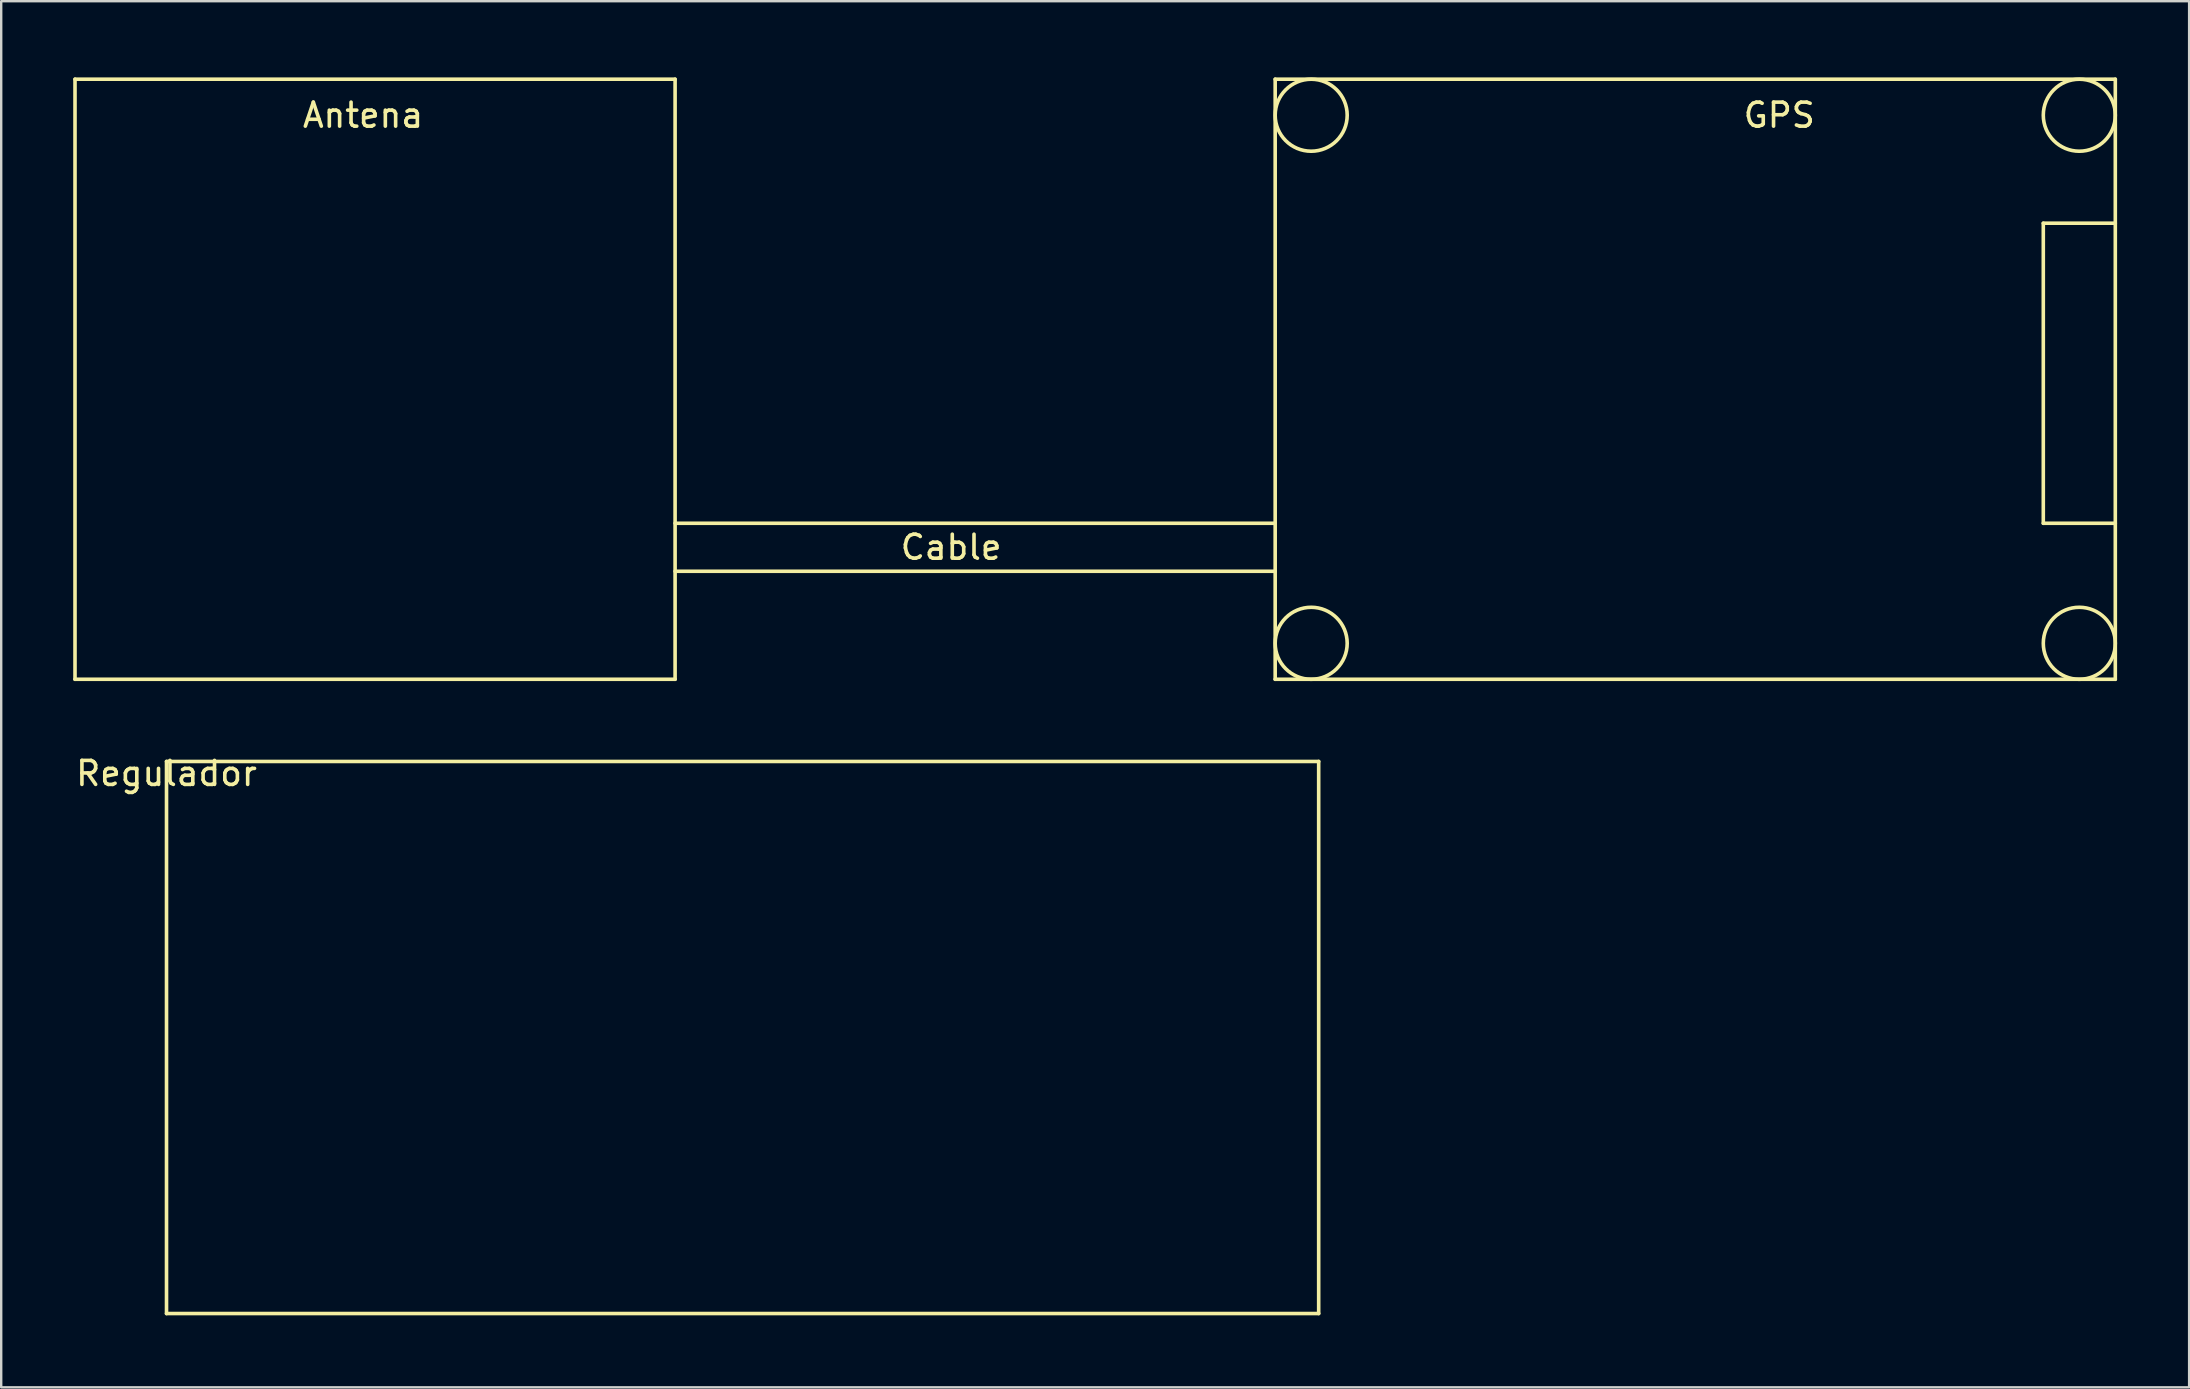
<source format=kicad_pcb>
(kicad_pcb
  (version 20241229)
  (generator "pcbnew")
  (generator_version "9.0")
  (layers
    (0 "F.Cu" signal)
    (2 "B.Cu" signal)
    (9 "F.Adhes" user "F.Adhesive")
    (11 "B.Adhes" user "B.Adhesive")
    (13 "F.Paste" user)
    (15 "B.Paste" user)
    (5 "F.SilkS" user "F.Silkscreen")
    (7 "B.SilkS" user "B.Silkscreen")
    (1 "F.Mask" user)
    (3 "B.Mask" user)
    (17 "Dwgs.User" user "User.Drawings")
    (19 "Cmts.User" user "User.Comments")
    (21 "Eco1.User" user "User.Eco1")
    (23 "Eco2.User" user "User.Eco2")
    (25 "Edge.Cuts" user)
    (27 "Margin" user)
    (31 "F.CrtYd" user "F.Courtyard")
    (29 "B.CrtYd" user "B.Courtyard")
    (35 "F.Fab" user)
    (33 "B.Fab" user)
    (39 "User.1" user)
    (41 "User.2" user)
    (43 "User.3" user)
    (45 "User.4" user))
  (footprint "GPS"
    (layer "F.Cu")
    (at 50.075 0.25)
    (property "Reference" "GPS" (at 21 1.5 0) (layer "F.SilkS") (effects (font (size 1 1) (thickness 0.15))))
    (attr through_hole)
    (fp_line (start -50 0) (end -50 25) (stroke (width 0.15) (type solid)) (layer "F.SilkS"))
    (fp_line (start -50 0) (end -25 0) (stroke (width 0.15) (type solid)) (layer "F.SilkS"))
    (fp_line (start -25 0) (end -25 25) (stroke (width 0.15) (type solid)) (layer "F.SilkS"))
    (fp_line (start -25 25) (end -50 25) (stroke (width 0.15) (type solid)) (layer "F.SilkS"))
    (fp_line (start 0 0) (end 0 25) (stroke (width 0.15) (type solid)) (layer "F.SilkS"))
    (fp_line (start 0 0) (end 35 0) (stroke (width 0.15) (type solid)) (layer "F.SilkS"))
    (fp_line (start 0 18.5) (end -25 18.5) (stroke (width 0.15) (type solid)) (layer "F.SilkS"))
    (fp_line (start 0 20.5) (end -25 20.5) (stroke (width 0.15) (type solid)) (layer "F.SilkS"))
    (fp_line (start 32 6) (end 32 18.5) (stroke (width 0.15) (type solid)) (layer "F.SilkS"))
    (fp_line (start 32 18.5) (end 35 18.5) (stroke (width 0.15) (type solid)) (layer "F.SilkS"))
    (fp_line (start 35 0) (end 35 25) (stroke (width 0.15) (type solid)) (layer "F.SilkS"))
    (fp_line (start 35 6) (end 32 6) (stroke (width 0.15) (type solid)) (layer "F.SilkS"))
    (fp_line (start 35 25) (end 0 25) (stroke (width 0.15) (type solid)) (layer "F.SilkS"))
    (fp_circle (center 1.5 1.5) (end 1.5 0) (stroke (width 0.15) (type solid)) (fill no) (layer "F.SilkS"))
    (fp_circle (center 1.5 23.5) (end 1.5 25) (stroke (width 0.15) (type solid)) (fill no) (layer "F.SilkS"))
    (fp_circle (center 33.5 1.5) (end 33.5 0) (stroke (width 0.15) (type solid)) (fill no) (layer "F.SilkS"))
    (fp_circle (center 33.5 23.5) (end 33.5 25) (stroke (width 0.15) (type solid)) (fill no) (layer "F.SilkS"))
    (fp_text user "Antena" (at -38 1.5 0) (layer "F.SilkS") (effects (font (size 1 1) (thickness 0.15))))
    (fp_text user "Cable" (at -13.5 19.5 0) (layer "F.SilkS") (effects (font (size 1 1) (thickness 0.15)))))
  (footprint "Regulador"
    (layer "F.Cu")
    (at 3.887 28.673)
    (property "Reference" "Regulador" (at 0 0.5 0) (layer "F.SilkS") (effects (font (size 1 1) (thickness 0.15))))
    (attr through_hole)
    (fp_line (start 0 0) (end 48 0) (stroke (width 0.15) (type solid)) (layer "F.SilkS"))
    (fp_line (start 0 23) (end 0 0) (stroke (width 0.15) (type solid)) (layer "F.SilkS"))
    (fp_line (start 48 23) (end 0 23) (stroke (width 0.15) (type solid)) (layer "F.SilkS"))
    (fp_line (start 48 23) (end 48 0) (stroke (width 0.15) (type solid)) (layer "F.SilkS")))
  (gr_rect
    (start -3 -3)
    (end 88.15 54.748)
    (stroke (width 0.1) (type default))
    (fill no)
    (layer "Edge.Cuts")))
</source>
